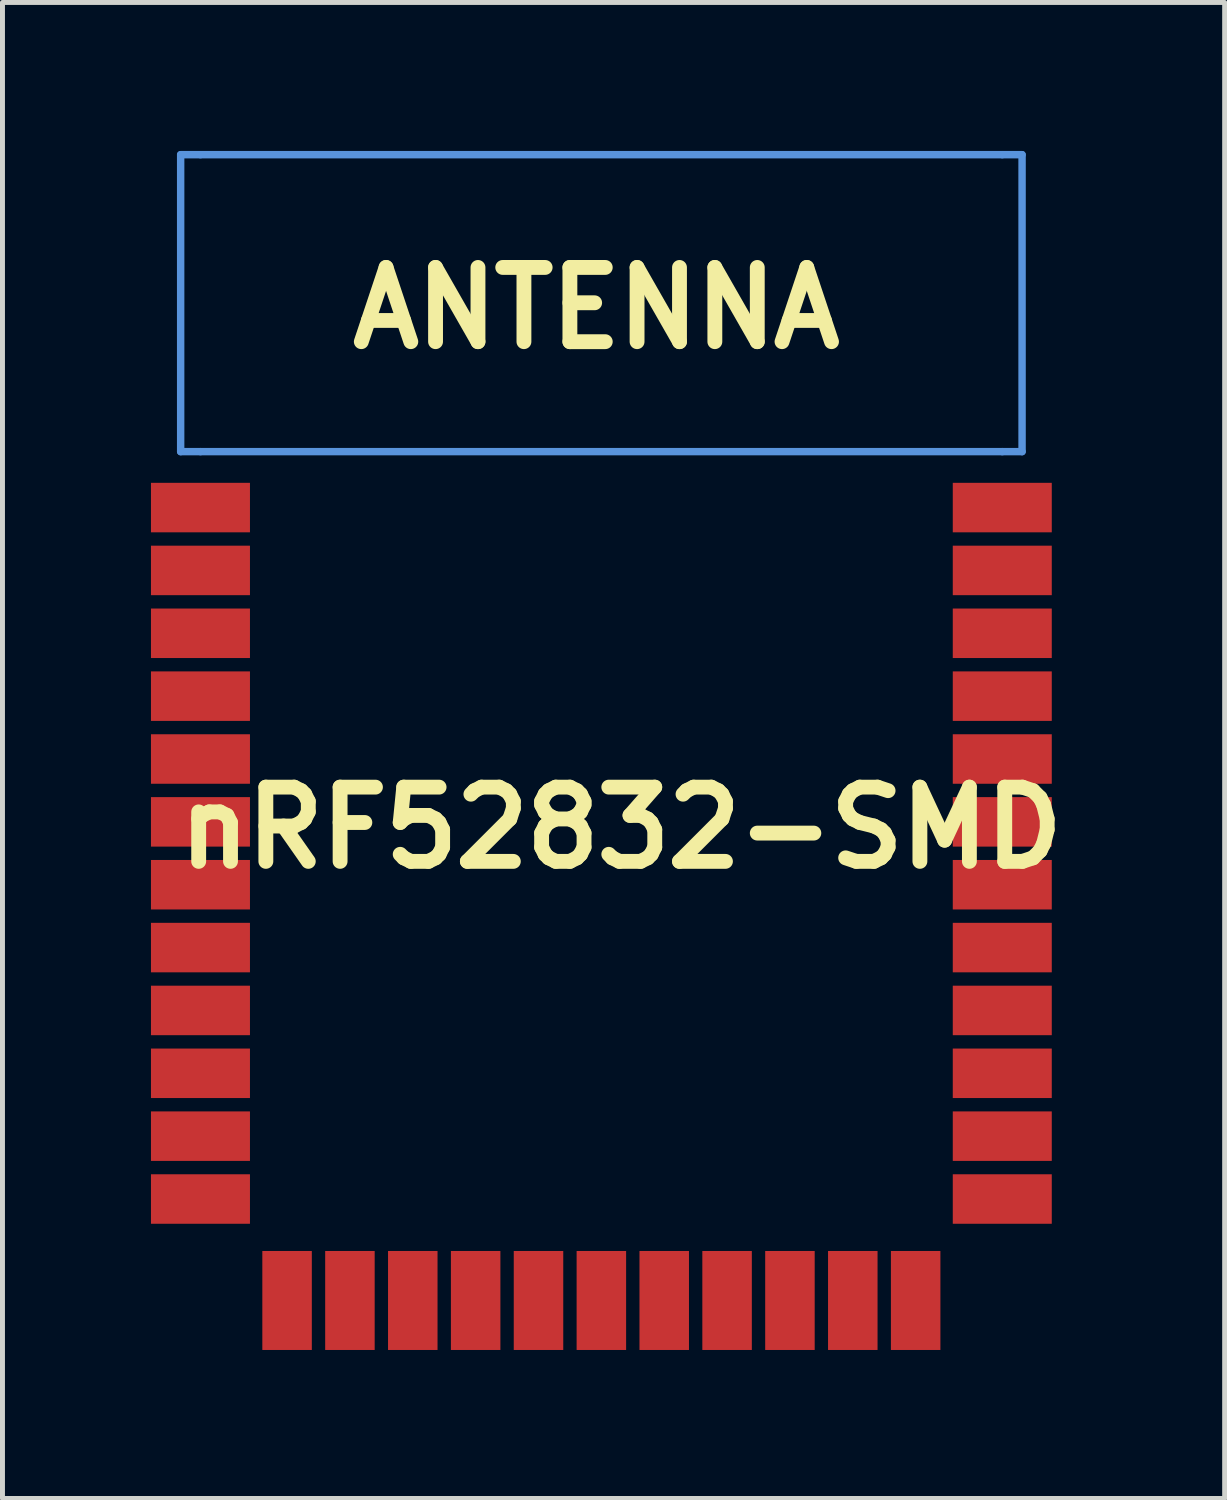
<source format=kicad_pcb>
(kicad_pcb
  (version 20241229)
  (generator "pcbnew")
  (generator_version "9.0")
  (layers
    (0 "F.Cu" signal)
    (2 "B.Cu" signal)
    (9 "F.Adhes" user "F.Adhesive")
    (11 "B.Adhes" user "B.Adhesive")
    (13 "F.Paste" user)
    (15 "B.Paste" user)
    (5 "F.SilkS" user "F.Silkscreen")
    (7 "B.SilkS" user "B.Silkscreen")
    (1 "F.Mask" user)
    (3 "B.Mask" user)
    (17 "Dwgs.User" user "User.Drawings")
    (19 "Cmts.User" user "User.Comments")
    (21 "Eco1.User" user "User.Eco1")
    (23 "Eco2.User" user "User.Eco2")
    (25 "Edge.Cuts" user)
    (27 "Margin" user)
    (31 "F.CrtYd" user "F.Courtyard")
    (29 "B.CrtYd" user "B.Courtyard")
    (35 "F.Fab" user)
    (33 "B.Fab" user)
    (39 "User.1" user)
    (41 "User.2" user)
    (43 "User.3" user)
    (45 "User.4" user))
  (footprint "nRF52832-SMD"
    (layer "F.Cu")
    (at 1 21.175)
    (property "Reference" "nRF52832-SMD" (at 8.5 -7.5 0) (layer "F.SilkS") (effects (font (size 1.5 1.5) (thickness 0.3))))
    (attr through_hole)
    (fp_line (start -0.4 -21.1) (end -0.4 -15.1) (stroke (width 0.15) (type solid)) (layer "Cmts.User"))
    (fp_line (start -0.4 -15.1) (end 0 -15.1) (stroke (width 0.15) (type solid)) (layer "Cmts.User"))
    (fp_line (start 0 -21.1) (end -0.4 -21.1) (stroke (width 0.15) (type solid)) (layer "Cmts.User"))
    (fp_line (start 0 -15.1) (end 16.2 -15.1) (stroke (width 0.15) (type solid)) (layer "Cmts.User"))
    (fp_line (start 16.2 -21.1) (end 0 -21.1) (stroke (width 0.15) (type solid)) (layer "Cmts.User"))
    (fp_line (start 16.2 -21.1) (end 16.6 -21.1) (stroke (width 0.15) (type solid)) (layer "Cmts.User"))
    (fp_line (start 16.6 -21.1) (end 16.6 -15.1) (stroke (width 0.15) (type solid)) (layer "Cmts.User"))
    (fp_line (start 16.6 -15.1) (end 16.2 -15.1) (stroke (width 0.15) (type solid)) (layer "Cmts.User"))
    (fp_text user "ANTENNA" (at 8 -18 0) (layer "F.SilkS") (effects (font (size 1.5 1.5) (thickness 0.3))))
    (pad "1" smd rect (at 16.2 -13.97) (size 2 1) (layers "F.Cu" "F.Mask" "F.Paste"))
    (pad "2" smd rect (at 16.2 -12.7) (size 2 1) (layers "F.Cu" "F.Mask" "F.Paste"))
    (pad "3" smd rect (at 16.2 -11.43) (size 2 1) (layers "F.Cu" "F.Mask" "F.Paste"))
    (pad "4" smd rect (at 16.2 -10.16) (size 2 1) (layers "F.Cu" "F.Mask" "F.Paste"))
    (pad "5" smd rect (at 16.2 -8.89) (size 2 1) (layers "F.Cu" "F.Mask" "F.Paste"))
    (pad "6" smd rect (at 16.2 -7.62) (size 2 1) (layers "F.Cu" "F.Mask" "F.Paste"))
    (pad "7" smd rect (at 16.2 -6.35) (size 2 1) (layers "F.Cu" "F.Mask" "F.Paste"))
    (pad "8" smd rect (at 16.2 -5.08) (size 2 1) (layers "F.Cu" "F.Mask" "F.Paste"))
    (pad "9" smd rect (at 16.2 -3.81) (size 2 1) (layers "F.Cu" "F.Mask" "F.Paste"))
    (pad "10" smd rect (at 16.2 -2.54) (size 2 1) (layers "F.Cu" "F.Mask" "F.Paste"))
    (pad "11" smd rect (at 16.2 -1.27) (size 2 1) (layers "F.Cu" "F.Mask" "F.Paste"))
    (pad "12" smd rect (at 16.2 0) (size 2 1) (layers "F.Cu" "F.Mask" "F.Paste"))
    (pad "13" smd rect (at 14.45 2.05) (size 1 2) (layers "F.Cu" "F.Mask" "F.Paste"))
    (pad "14" smd rect (at 13.18 2.05) (size 1 2) (layers "F.Cu" "F.Mask" "F.Paste"))
    (pad "15" smd rect (at 11.91 2.05) (size 1 2) (layers "F.Cu" "F.Mask" "F.Paste"))
    (pad "16" smd rect (at 10.64 2.05) (size 1 2) (layers "F.Cu" "F.Mask" "F.Paste"))
    (pad "17" smd rect (at 9.37 2.05) (size 1 2) (layers "F.Cu" "F.Mask" "F.Paste"))
    (pad "18" smd rect (at 8.1 2.05) (size 1 2) (layers "F.Cu" "F.Mask" "F.Paste"))
    (pad "19" smd rect (at 6.83 2.05) (size 1 2) (layers "F.Cu" "F.Mask" "F.Paste"))
    (pad "20" smd rect (at 5.56 2.05) (size 1 2) (layers "F.Cu" "F.Mask" "F.Paste"))
    (pad "21" smd rect (at 4.29 2.05) (size 1 2) (layers "F.Cu" "F.Mask" "F.Paste"))
    (pad "22" smd rect (at 3.02 2.05) (size 1 2) (layers "F.Cu" "F.Mask" "F.Paste"))
    (pad "23" smd rect (at 1.75 2.05) (size 1 2) (layers "F.Cu" "F.Mask" "F.Paste"))
    (pad "24" smd rect (at 0 0) (size 2 1) (layers "F.Cu" "F.Mask" "F.Paste"))
    (pad "25" smd rect (at 0 -1.27) (size 2 1) (layers "F.Cu" "F.Mask" "F.Paste"))
    (pad "26" smd rect (at 0 -2.54) (size 2 1) (layers "F.Cu" "F.Mask" "F.Paste"))
    (pad "27" smd rect (at 0 -3.81) (size 2 1) (layers "F.Cu" "F.Mask" "F.Paste"))
    (pad "28" smd rect (at 0 -5.08) (size 2 1) (layers "F.Cu" "F.Mask" "F.Paste"))
    (pad "29" smd rect (at 0 -6.35) (size 2 1) (layers "F.Cu" "F.Mask" "F.Paste"))
    (pad "30" smd rect (at 0 -7.62) (size 2 1) (layers "F.Cu" "F.Mask" "F.Paste"))
    (pad "31" smd rect (at 0 -8.89) (size 2 1) (layers "F.Cu" "F.Mask" "F.Paste"))
    (pad "32" smd rect (at 0 -10.16) (size 2 1) (layers "F.Cu" "F.Mask" "F.Paste"))
    (pad "33" smd rect (at 0 -11.43) (size 2 1) (layers "F.Cu" "F.Mask" "F.Paste"))
    (pad "34" smd rect (at 0 -12.7) (size 2 1) (layers "F.Cu" "F.Mask" "F.Paste"))
    (pad "35" smd rect (at 0 -13.97) (size 2 1) (layers "F.Cu" "F.Mask" "F.Paste")))
  (gr_rect
    (start -3 -3)
    (end 21.693 27.225)
    (stroke (width 0.1) (type default))
    (fill no)
    (layer "Edge.Cuts")))
</source>
